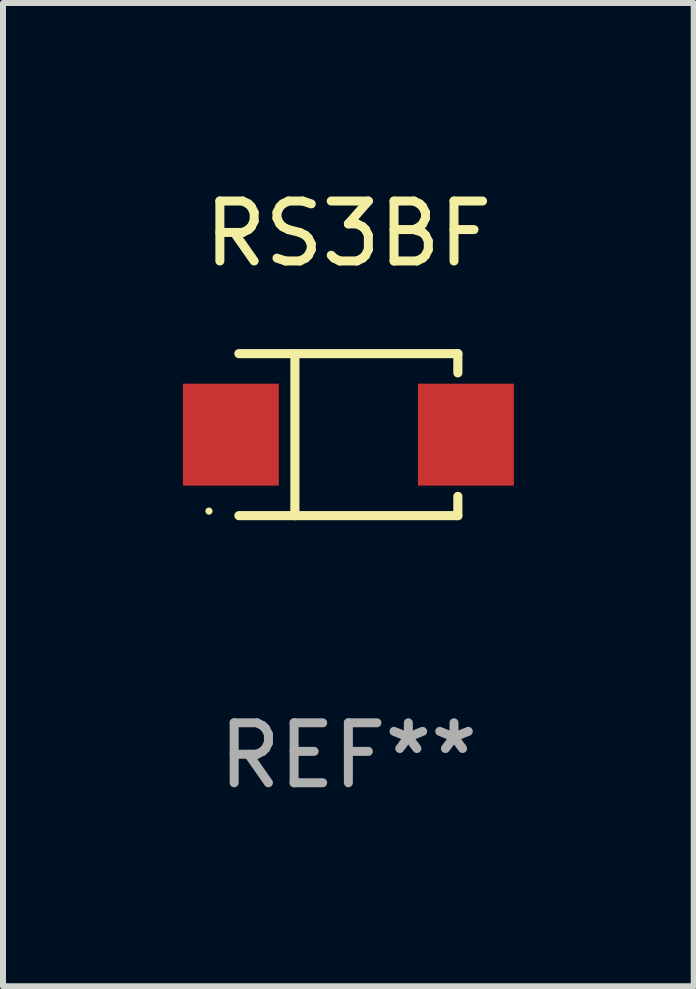
<source format=kicad_pcb>
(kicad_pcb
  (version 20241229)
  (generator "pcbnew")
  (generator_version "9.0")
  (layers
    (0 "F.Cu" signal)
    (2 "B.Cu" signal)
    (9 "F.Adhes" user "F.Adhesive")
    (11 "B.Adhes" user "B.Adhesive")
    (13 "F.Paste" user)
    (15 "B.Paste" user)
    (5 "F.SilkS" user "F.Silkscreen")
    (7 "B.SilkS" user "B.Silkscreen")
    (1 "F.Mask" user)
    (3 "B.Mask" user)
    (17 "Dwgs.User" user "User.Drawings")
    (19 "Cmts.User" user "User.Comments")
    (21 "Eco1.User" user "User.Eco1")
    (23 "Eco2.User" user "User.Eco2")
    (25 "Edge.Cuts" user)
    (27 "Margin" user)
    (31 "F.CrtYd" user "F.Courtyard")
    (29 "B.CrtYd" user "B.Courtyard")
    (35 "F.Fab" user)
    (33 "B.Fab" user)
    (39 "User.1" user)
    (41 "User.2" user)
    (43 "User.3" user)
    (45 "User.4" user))
  (footprint "RS3BF"
    (layer "F.Cu")
    (at 2.76 4.199)
    (property "Reference" "RS3BF" (at 0 -3.351 0) (layer "F.SilkS") (effects (font (size 1 1) (thickness 0.15))))
    (attr through_hole)
    (fp_line (start -1.826 -1.351) (end 1.826 -1.351) (stroke (width 0.152) (type solid)) (layer "F.SilkS"))
    (fp_line (start -1.826 1.351) (end 1.826 1.351) (stroke (width 0.152) (type solid)) (layer "F.SilkS"))
    (fp_line (start -0.892 -1.351) (end -0.892 1.351) (stroke (width 0.152) (type solid)) (layer "F.SilkS"))
    (fp_line (start 1.826 -1.351) (end 1.826 -1.03) (stroke (width 0.152) (type solid)) (layer "F.SilkS"))
    (fp_line (start 1.826 1.03) (end 1.826 1.351) (stroke (width 0.152) (type solid)) (layer "F.SilkS"))
    (fp_circle (center -2.325 1.275) (end -2.295 1.275) (stroke (width 0.06) (type solid)) (fill no) (layer "F.SilkS"))
    (fp_text user "REF**" (at 0 5.351 0) (layer "F.Fab") (effects (font (size 1 1) (thickness 0.15))))
    (pad "1" smd rect (at -1.96 0 180) (size 1.6 1.7) (layers "F.Cu" "F.Mask" "F.Paste"))
    (pad "2" smd rect (at 1.96 0 180) (size 1.6 1.7) (layers "F.Cu" "F.Mask" "F.Paste")))
  (gr_rect
    (start -3 -3)
    (end 8.52 13.399)
    (stroke (width 0.1) (type default))
    (fill no)
    (layer "Edge.Cuts")))
</source>
